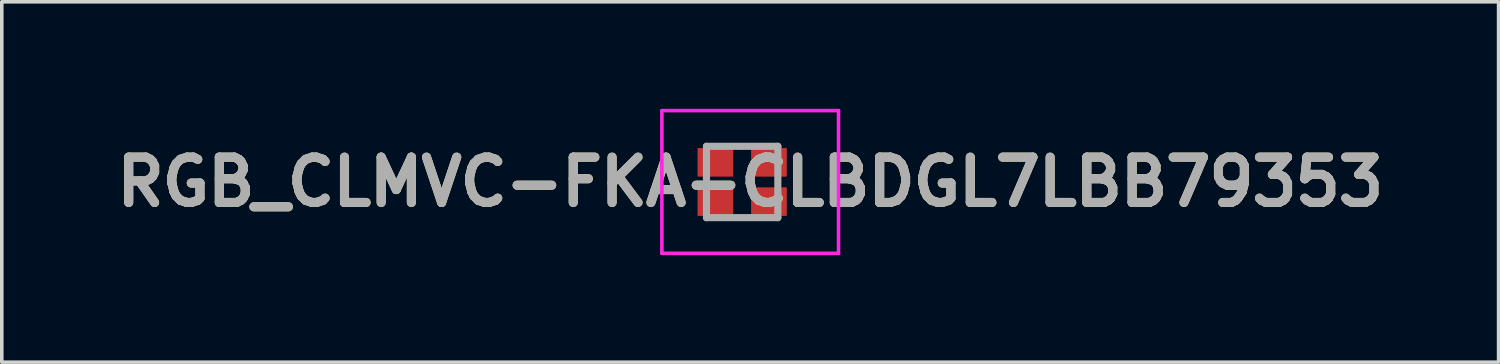
<source format=kicad_pcb>
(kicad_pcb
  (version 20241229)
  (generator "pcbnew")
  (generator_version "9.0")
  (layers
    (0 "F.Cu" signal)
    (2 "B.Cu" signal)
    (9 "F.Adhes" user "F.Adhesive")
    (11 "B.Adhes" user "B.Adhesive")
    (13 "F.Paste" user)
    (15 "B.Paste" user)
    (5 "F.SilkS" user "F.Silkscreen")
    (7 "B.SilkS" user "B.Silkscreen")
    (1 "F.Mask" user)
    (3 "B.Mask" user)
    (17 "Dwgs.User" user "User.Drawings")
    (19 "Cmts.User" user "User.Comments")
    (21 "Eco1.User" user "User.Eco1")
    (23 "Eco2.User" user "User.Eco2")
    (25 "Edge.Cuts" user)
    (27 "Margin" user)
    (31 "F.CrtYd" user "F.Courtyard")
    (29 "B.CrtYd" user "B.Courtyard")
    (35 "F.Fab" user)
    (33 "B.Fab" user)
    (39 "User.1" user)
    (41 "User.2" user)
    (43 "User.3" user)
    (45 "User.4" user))
  (footprint "RGB_CLMVC-FKA-CLBDGL7LBB79353"
    (layer "F.Cu")
    (at 17.749 2.05)
    (property "Reference" "RGB_CLMVC-FKA-CLBDGL7LBB79353" (at 0.225 0 0) (layer "F.SilkS") (effects (font (size 1.27 1.27) (thickness 0.254))))
    (attr smd)
    (fp_line (start 1.6 0.6) (end 1.6 0.6) (stroke (width 0.1) (type solid)) (layer "F.SilkS"))
    (fp_line (start 1.7 0.6) (end 1.7 0.6) (stroke (width 0.1) (type solid)) (layer "F.SilkS"))
    (fp_arc (start 1.6 0.6) (mid 1.65 0.55) (end 1.7 0.6) (stroke (width 0.1) (type solid)) (layer "F.SilkS"))
    (fp_arc (start 1.7 0.6) (mid 1.65 0.65) (end 1.6 0.6) (stroke (width 0.1) (type solid)) (layer "F.SilkS"))
    (fp_line (start -2.25 -2) (end 2.7 -2) (stroke (width 0.1) (type solid)) (layer "F.CrtYd"))
    (fp_line (start -2.25 2) (end -2.25 -2) (stroke (width 0.1) (type solid)) (layer "F.CrtYd"))
    (fp_line (start 2.7 -2) (end 2.7 2) (stroke (width 0.1) (type solid)) (layer "F.CrtYd"))
    (fp_line (start 2.7 2) (end -2.25 2) (stroke (width 0.1) (type solid)) (layer "F.CrtYd"))
    (fp_line (start -1 -1) (end 1 -1) (stroke (width 0.2) (type solid)) (layer "F.Fab"))
    (fp_line (start -1 1) (end -1 -1) (stroke (width 0.2) (type solid)) (layer "F.Fab"))
    (fp_line (start 1 -1) (end 1 1) (stroke (width 0.2) (type solid)) (layer "F.Fab"))
    (fp_line (start 1 1) (end -1 1) (stroke (width 0.2) (type solid)) (layer "F.Fab"))
    (fp_text user "${REFERENCE}" (at 0.225 0 0) (layer "F.Fab") (effects (font (size 1.27 1.27) (thickness 0.254))))
    (pad "1" smd rect (at 0.75 0.55 90) (size 0.8 1) (layers "F.Cu" "F.Mask" "F.Paste"))
    (pad "2" smd rect (at -0.75 0.55 90) (size 0.8 1) (layers "F.Cu" "F.Mask" "F.Paste"))
    (pad "3" smd rect (at -0.75 -0.55 90) (size 0.8 1) (layers "F.Cu" "F.Mask" "F.Paste"))
    (pad "4" smd rect (at 0.75 -0.55 90) (size 0.8 1) (layers "F.Cu" "F.Mask" "F.Paste")))
  (gr_rect
    (start -3 -3)
    (end 38.947 7.1)
    (stroke (width 0.1) (type default))
    (fill no)
    (layer "Edge.Cuts")))
</source>
